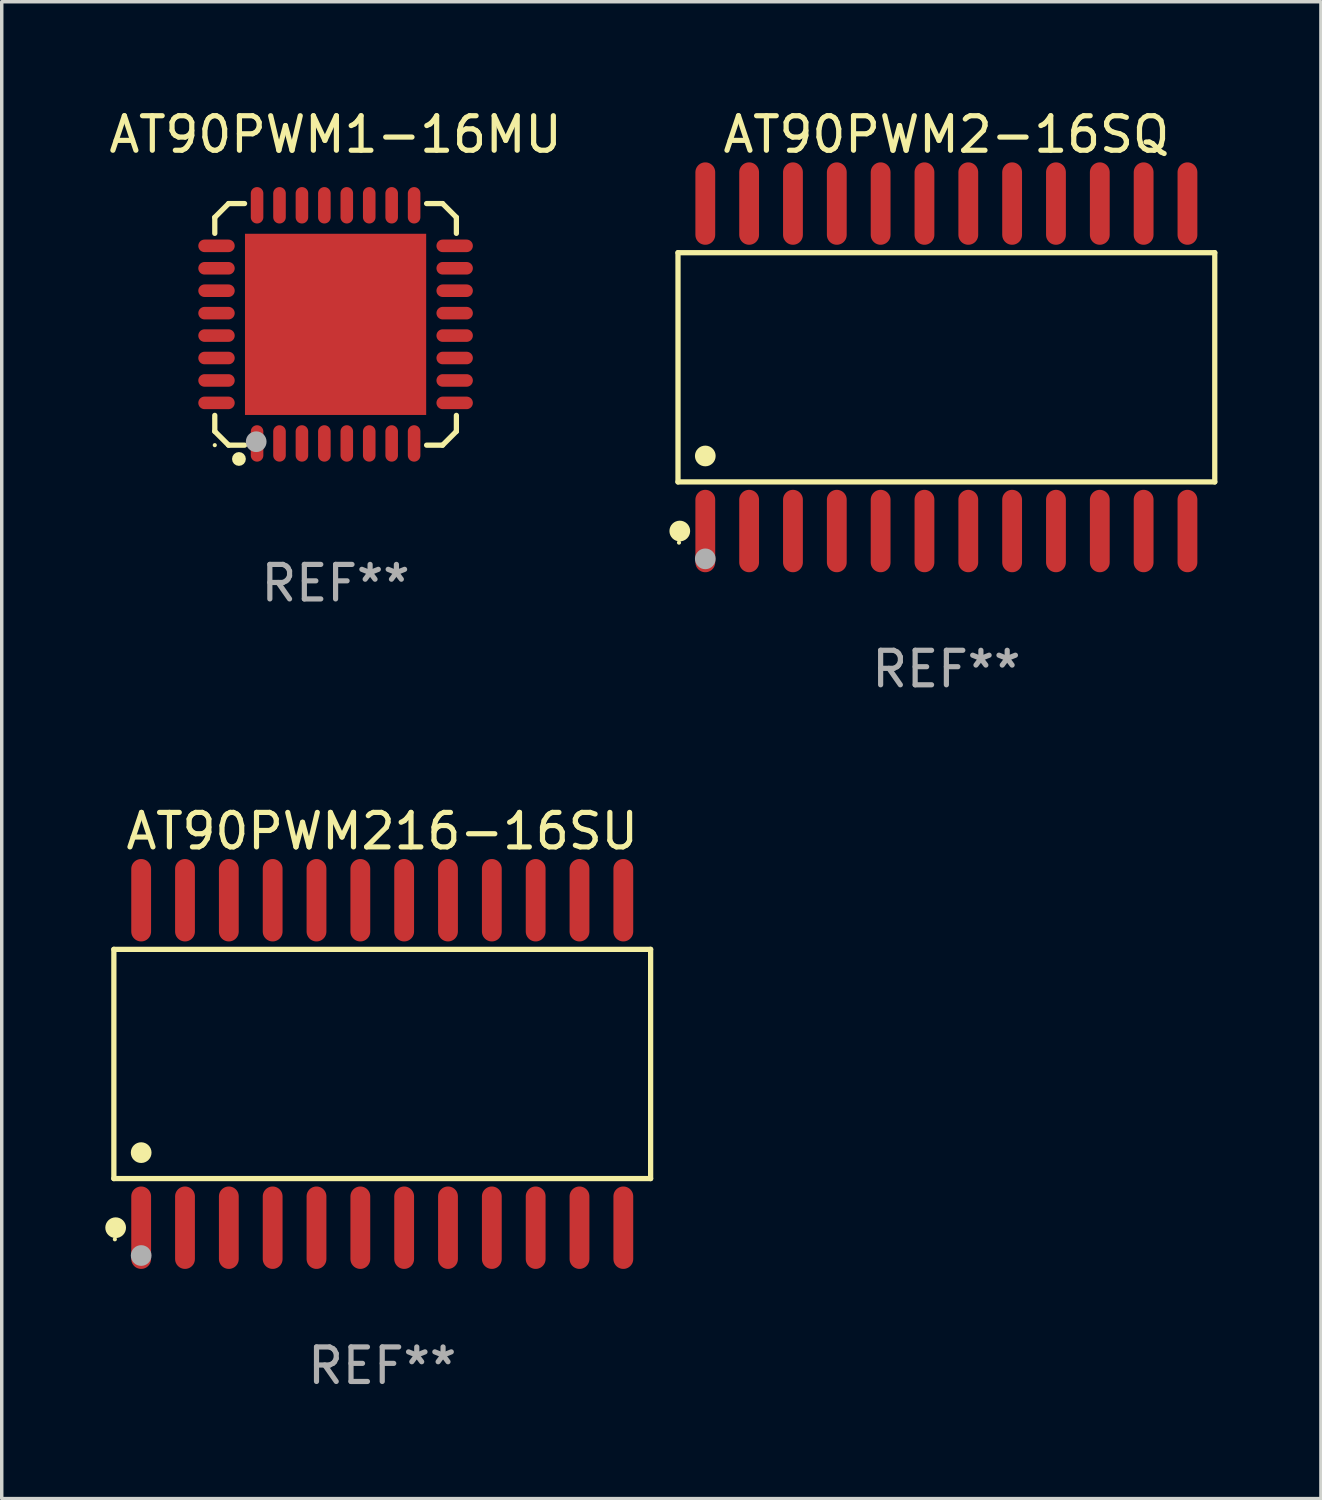
<source format=kicad_pcb>
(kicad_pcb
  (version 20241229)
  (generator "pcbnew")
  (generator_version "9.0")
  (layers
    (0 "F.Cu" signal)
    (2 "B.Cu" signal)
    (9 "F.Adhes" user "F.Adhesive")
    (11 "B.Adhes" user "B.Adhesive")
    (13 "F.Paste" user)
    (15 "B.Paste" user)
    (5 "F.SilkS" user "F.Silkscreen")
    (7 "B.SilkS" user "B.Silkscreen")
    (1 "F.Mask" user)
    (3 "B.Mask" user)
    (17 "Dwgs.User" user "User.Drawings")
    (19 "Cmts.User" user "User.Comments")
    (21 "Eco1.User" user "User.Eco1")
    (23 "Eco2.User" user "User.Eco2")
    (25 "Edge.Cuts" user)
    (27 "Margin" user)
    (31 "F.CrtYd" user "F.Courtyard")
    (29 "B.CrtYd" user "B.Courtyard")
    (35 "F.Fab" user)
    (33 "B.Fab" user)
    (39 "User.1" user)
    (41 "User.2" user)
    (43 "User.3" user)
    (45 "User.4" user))
  (footprint "AT90PWM1-16MU"
    (layer "F.Cu")
    (at 6.673 6.348)
    (property "Reference" "AT90PWM1-16MU" (at 0 -5.5 0) (layer "F.SilkS") (effects (font (size 1 1) (thickness 0.15))))
    (attr through_hole)
    (fp_line (start -3.5 -3.1) (end -3.5 -2.637) (stroke (width 0.152) (type solid)) (layer "F.SilkS"))
    (fp_line (start -3.5 2.637) (end -3.5 2.7) (stroke (width 0.152) (type solid)) (layer "F.SilkS"))
    (fp_line (start -3.5 2.75) (end -3.5 3.1) (stroke (width 0.152) (type solid)) (layer "F.SilkS"))
    (fp_line (start -3.5 3.1) (end -3.1 3.5) (stroke (width 0.152) (type solid)) (layer "F.SilkS"))
    (fp_line (start -3.1 -3.5) (end -3.5 -3.1) (stroke (width 0.152) (type solid)) (layer "F.SilkS"))
    (fp_line (start -3.1 3.5) (end -2.637 3.5) (stroke (width 0.152) (type solid)) (layer "F.SilkS"))
    (fp_line (start -2.637 -3.5) (end -3.1 -3.5) (stroke (width 0.152) (type solid)) (layer "F.SilkS"))
    (fp_line (start 2.637 3.5) (end 3.1 3.5) (stroke (width 0.152) (type solid)) (layer "F.SilkS"))
    (fp_line (start 3.1 -3.5) (end 2.637 -3.5) (stroke (width 0.152) (type solid)) (layer "F.SilkS"))
    (fp_line (start 3.1 3.5) (end 3.5 3.1) (stroke (width 0.152) (type solid)) (layer "F.SilkS"))
    (fp_line (start 3.5 -3.1) (end 3.1 -3.5) (stroke (width 0.152) (type solid)) (layer "F.SilkS"))
    (fp_line (start 3.5 -2.637) (end 3.5 -3.1) (stroke (width 0.152) (type solid)) (layer "F.SilkS"))
    (fp_line (start 3.5 3.1) (end 3.5 2.637) (stroke (width 0.152) (type solid)) (layer "F.SilkS"))
    (fp_circle (center -3.5 3.5) (end -3.47 3.5) (stroke (width 0.06) (type solid)) (fill no) (layer "F.SilkS"))
    (fp_circle (center -2.8 3.9) (end -2.7 3.9) (stroke (width 0.2) (type solid)) (fill no) (layer "F.SilkS"))
    (fp_circle (center -2.3 3.4) (end -2.15 3.4) (stroke (width 0.3) (type solid)) (fill no) (layer "F.Fab"))
    (fp_text user "REF**" (at 0 7.5 0) (layer "F.Fab") (effects (font (size 1 1) (thickness 0.15))))
    (pad "1" smd oval (at -2.275 3.45) (size 0.364 1.055) (layers "F.Cu" "F.Mask" "F.Paste"))
    (pad "2" smd oval (at -1.625 3.45) (size 0.364 1.055) (layers "F.Cu" "F.Mask" "F.Paste"))
    (pad "3" smd oval (at -0.975 3.45) (size 0.364 1.055) (layers "F.Cu" "F.Mask" "F.Paste"))
    (pad "4" smd oval (at -0.325 3.45) (size 0.364 1.055) (layers "F.Cu" "F.Mask" "F.Paste"))
    (pad "5" smd oval (at 0.325 3.45) (size 0.364 1.055) (layers "F.Cu" "F.Mask" "F.Paste"))
    (pad "6" smd oval (at 0.975 3.45) (size 0.364 1.055) (layers "F.Cu" "F.Mask" "F.Paste"))
    (pad "7" smd oval (at 1.625 3.45) (size 0.364 1.055) (layers "F.Cu" "F.Mask" "F.Paste"))
    (pad "8" smd oval (at 2.275 3.45) (size 0.364 1.055) (layers "F.Cu" "F.Mask" "F.Paste"))
    (pad "9" smd oval (at 3.45 2.275) (size 1.055 0.364) (layers "F.Cu" "F.Mask" "F.Paste"))
    (pad "10" smd oval (at 3.45 1.625) (size 1.055 0.364) (layers "F.Cu" "F.Mask" "F.Paste"))
    (pad "11" smd oval (at 3.45 0.975) (size 1.055 0.364) (layers "F.Cu" "F.Mask" "F.Paste"))
    (pad "12" smd oval (at 3.45 0.325) (size 1.055 0.364) (layers "F.Cu" "F.Mask" "F.Paste"))
    (pad "13" smd oval (at 3.45 -0.325) (size 1.055 0.364) (layers "F.Cu" "F.Mask" "F.Paste"))
    (pad "14" smd oval (at 3.45 -0.975) (size 1.055 0.364) (layers "F.Cu" "F.Mask" "F.Paste"))
    (pad "15" smd oval (at 3.45 -1.625) (size 1.055 0.364) (layers "F.Cu" "F.Mask" "F.Paste"))
    (pad "16" smd oval (at 3.45 -2.275) (size 1.055 0.364) (layers "F.Cu" "F.Mask" "F.Paste"))
    (pad "17" smd oval (at 2.275 -3.45) (size 0.364 1.055) (layers "F.Cu" "F.Mask" "F.Paste"))
    (pad "18" smd oval (at 1.625 -3.45) (size 0.364 1.055) (layers "F.Cu" "F.Mask" "F.Paste"))
    (pad "19" smd oval (at 0.975 -3.45) (size 0.364 1.055) (layers "F.Cu" "F.Mask" "F.Paste"))
    (pad "20" smd oval (at 0.325 -3.45) (size 0.364 1.055) (layers "F.Cu" "F.Mask" "F.Paste"))
    (pad "21" smd oval (at -0.325 -3.45) (size 0.364 1.055) (layers "F.Cu" "F.Mask" "F.Paste"))
    (pad "22" smd oval (at -0.975 -3.45) (size 0.364 1.055) (layers "F.Cu" "F.Mask" "F.Paste"))
    (pad "23" smd oval (at -1.625 -3.45) (size 0.364 1.055) (layers "F.Cu" "F.Mask" "F.Paste"))
    (pad "24" smd oval (at -2.275 -3.45) (size 0.364 1.055) (layers "F.Cu" "F.Mask" "F.Paste"))
    (pad "25" smd oval (at -3.45 -2.275) (size 1.055 0.364) (layers "F.Cu" "F.Mask" "F.Paste"))
    (pad "26" smd oval (at -3.45 -1.625) (size 1.055 0.364) (layers "F.Cu" "F.Mask" "F.Paste"))
    (pad "27" smd oval (at -3.45 -0.975) (size 1.055 0.364) (layers "F.Cu" "F.Mask" "F.Paste"))
    (pad "28" smd oval (at -3.45 -0.325) (size 1.055 0.364) (layers "F.Cu" "F.Mask" "F.Paste"))
    (pad "29" smd oval (at -3.45 0.325) (size 1.055 0.364) (layers "F.Cu" "F.Mask" "F.Paste"))
    (pad "30" smd oval (at -3.45 0.975) (size 1.055 0.364) (layers "F.Cu" "F.Mask" "F.Paste"))
    (pad "31" smd oval (at -3.45 1.625) (size 1.055 0.364) (layers "F.Cu" "F.Mask" "F.Paste"))
    (pad "32" smd oval (at -3.45 2.275) (size 1.055 0.364) (layers "F.Cu" "F.Mask" "F.Paste"))
    (pad "33" smd rect (at 0 0) (size 5.25 5.25) (layers "F.Cu" "F.Mask" "F.Paste")))
  (footprint "AT90PWM2-16SQ"
    (layer "F.Cu")
    (at 24.37 7.592)
    (property "Reference" "AT90PWM2-16SQ" (at 0 -6.744 0) (layer "F.SilkS") (effects (font (size 1 1) (thickness 0.15))))
    (attr through_hole)
    (fp_line (start -7.776 -3.321) (end 7.776 -3.321) (stroke (width 0.152) (type solid)) (layer "F.SilkS"))
    (fp_line (start -7.776 3.321) (end -7.776 -3.321) (stroke (width 0.152) (type solid)) (layer "F.SilkS"))
    (fp_line (start 7.776 -3.321) (end 7.776 3.321) (stroke (width 0.152) (type solid)) (layer "F.SilkS"))
    (fp_line (start 7.776 3.321) (end -7.776 3.321) (stroke (width 0.152) (type solid)) (layer "F.SilkS"))
    (fp_circle (center -7.747 5.08) (end -7.717 5.08) (stroke (width 0.06) (type solid)) (fill no) (layer "F.SilkS"))
    (fp_circle (center -7.724 4.744) (end -7.574 4.744) (stroke (width 0.3) (type solid)) (fill no) (layer "F.SilkS"))
    (fp_circle (center -6.985 2.569) (end -6.835 2.569) (stroke (width 0.3) (type solid)) (fill no) (layer "F.SilkS"))
    (fp_circle (center -6.985 5.55) (end -6.835 5.55) (stroke (width 0.3) (type solid)) (fill no) (layer "F.Fab"))
    (fp_text user "REF**" (at 0 8.744 0) (layer "F.Fab") (effects (font (size 1 1) (thickness 0.15))))
    (pad "1" smd oval (at -6.985 4.744) (size 0.574 2.388) (layers "F.Cu" "F.Mask" "F.Paste"))
    (pad "2" smd oval (at -5.715 4.744) (size 0.574 2.388) (layers "F.Cu" "F.Mask" "F.Paste"))
    (pad "3" smd oval (at -4.445 4.744) (size 0.574 2.388) (layers "F.Cu" "F.Mask" "F.Paste"))
    (pad "4" smd oval (at -3.175 4.744) (size 0.574 2.388) (layers "F.Cu" "F.Mask" "F.Paste"))
    (pad "5" smd oval (at -1.905 4.744) (size 0.574 2.388) (layers "F.Cu" "F.Mask" "F.Paste"))
    (pad "6" smd oval (at -0.635 4.744) (size 0.574 2.388) (layers "F.Cu" "F.Mask" "F.Paste"))
    (pad "7" smd oval (at 0.635 4.744) (size 0.574 2.388) (layers "F.Cu" "F.Mask" "F.Paste"))
    (pad "8" smd oval (at 1.905 4.744) (size 0.574 2.388) (layers "F.Cu" "F.Mask" "F.Paste"))
    (pad "9" smd oval (at 3.175 4.744) (size 0.574 2.388) (layers "F.Cu" "F.Mask" "F.Paste"))
    (pad "10" smd oval (at 4.445 4.744) (size 0.574 2.388) (layers "F.Cu" "F.Mask" "F.Paste"))
    (pad "11" smd oval (at 5.715 4.744) (size 0.574 2.388) (layers "F.Cu" "F.Mask" "F.Paste"))
    (pad "12" smd oval (at 6.985 4.744) (size 0.574 2.388) (layers "F.Cu" "F.Mask" "F.Paste"))
    (pad "13" smd oval (at 6.985 -4.744) (size 0.574 2.388) (layers "F.Cu" "F.Mask" "F.Paste"))
    (pad "14" smd oval (at 5.715 -4.744) (size 0.574 2.388) (layers "F.Cu" "F.Mask" "F.Paste"))
    (pad "15" smd oval (at 4.445 -4.744) (size 0.574 2.388) (layers "F.Cu" "F.Mask" "F.Paste"))
    (pad "16" smd oval (at 3.175 -4.744) (size 0.574 2.388) (layers "F.Cu" "F.Mask" "F.Paste"))
    (pad "17" smd oval (at 1.905 -4.744) (size 0.574 2.388) (layers "F.Cu" "F.Mask" "F.Paste"))
    (pad "18" smd oval (at 0.635 -4.744) (size 0.574 2.388) (layers "F.Cu" "F.Mask" "F.Paste"))
    (pad "19" smd oval (at -0.635 -4.744) (size 0.574 2.388) (layers "F.Cu" "F.Mask" "F.Paste"))
    (pad "20" smd oval (at -1.905 -4.744) (size 0.574 2.388) (layers "F.Cu" "F.Mask" "F.Paste"))
    (pad "21" smd oval (at -3.175 -4.744) (size 0.574 2.388) (layers "F.Cu" "F.Mask" "F.Paste"))
    (pad "22" smd oval (at -4.445 -4.744) (size 0.574 2.388) (layers "F.Cu" "F.Mask" "F.Paste"))
    (pad "23" smd oval (at -5.715 -4.744) (size 0.574 2.388) (layers "F.Cu" "F.Mask" "F.Paste"))
    (pad "24" smd oval (at -6.985 -4.744) (size 0.574 2.388) (layers "F.Cu" "F.Mask" "F.Paste")))
  (footprint "AT90PWM216-16SU"
    (layer "F.Cu")
    (at 8.025 27.777)
    (property "Reference" "AT90PWM216-16SU" (at 0 -6.744 0) (layer "F.SilkS") (effects (font (size 1 1) (thickness 0.15))))
    (attr through_hole)
    (fp_line (start -7.776 -3.321) (end 7.776 -3.321) (stroke (width 0.152) (type solid)) (layer "F.SilkS"))
    (fp_line (start -7.776 3.321) (end -7.776 -3.321) (stroke (width 0.152) (type solid)) (layer "F.SilkS"))
    (fp_line (start 7.776 -3.321) (end 7.776 3.321) (stroke (width 0.152) (type solid)) (layer "F.SilkS"))
    (fp_line (start 7.776 3.321) (end -7.776 3.321) (stroke (width 0.152) (type solid)) (layer "F.SilkS"))
    (fp_circle (center -7.747 5.08) (end -7.717 5.08) (stroke (width 0.06) (type solid)) (fill no) (layer "F.SilkS"))
    (fp_circle (center -7.724 4.744) (end -7.574 4.744) (stroke (width 0.3) (type solid)) (fill no) (layer "F.SilkS"))
    (fp_circle (center -6.985 2.569) (end -6.835 2.569) (stroke (width 0.3) (type solid)) (fill no) (layer "F.SilkS"))
    (fp_circle (center -6.985 5.55) (end -6.835 5.55) (stroke (width 0.3) (type solid)) (fill no) (layer "F.Fab"))
    (fp_text user "REF**" (at 0 8.744 0) (layer "F.Fab") (effects (font (size 1 1) (thickness 0.15))))
    (pad "1" smd oval (at -6.985 4.744) (size 0.574 2.388) (layers "F.Cu" "F.Mask" "F.Paste"))
    (pad "2" smd oval (at -5.715 4.744) (size 0.574 2.388) (layers "F.Cu" "F.Mask" "F.Paste"))
    (pad "3" smd oval (at -4.445 4.744) (size 0.574 2.388) (layers "F.Cu" "F.Mask" "F.Paste"))
    (pad "4" smd oval (at -3.175 4.744) (size 0.574 2.388) (layers "F.Cu" "F.Mask" "F.Paste"))
    (pad "5" smd oval (at -1.905 4.744) (size 0.574 2.388) (layers "F.Cu" "F.Mask" "F.Paste"))
    (pad "6" smd oval (at -0.635 4.744) (size 0.574 2.388) (layers "F.Cu" "F.Mask" "F.Paste"))
    (pad "7" smd oval (at 0.635 4.744) (size 0.574 2.388) (layers "F.Cu" "F.Mask" "F.Paste"))
    (pad "8" smd oval (at 1.905 4.744) (size 0.574 2.388) (layers "F.Cu" "F.Mask" "F.Paste"))
    (pad "9" smd oval (at 3.175 4.744) (size 0.574 2.388) (layers "F.Cu" "F.Mask" "F.Paste"))
    (pad "10" smd oval (at 4.445 4.744) (size 0.574 2.388) (layers "F.Cu" "F.Mask" "F.Paste"))
    (pad "11" smd oval (at 5.715 4.744) (size 0.574 2.388) (layers "F.Cu" "F.Mask" "F.Paste"))
    (pad "12" smd oval (at 6.985 4.744) (size 0.574 2.388) (layers "F.Cu" "F.Mask" "F.Paste"))
    (pad "13" smd oval (at 6.985 -4.744) (size 0.574 2.388) (layers "F.Cu" "F.Mask" "F.Paste"))
    (pad "14" smd oval (at 5.715 -4.744) (size 0.574 2.388) (layers "F.Cu" "F.Mask" "F.Paste"))
    (pad "15" smd oval (at 4.445 -4.744) (size 0.574 2.388) (layers "F.Cu" "F.Mask" "F.Paste"))
    (pad "16" smd oval (at 3.175 -4.744) (size 0.574 2.388) (layers "F.Cu" "F.Mask" "F.Paste"))
    (pad "17" smd oval (at 1.905 -4.744) (size 0.574 2.388) (layers "F.Cu" "F.Mask" "F.Paste"))
    (pad "18" smd oval (at 0.635 -4.744) (size 0.574 2.388) (layers "F.Cu" "F.Mask" "F.Paste"))
    (pad "19" smd oval (at -0.635 -4.744) (size 0.574 2.388) (layers "F.Cu" "F.Mask" "F.Paste"))
    (pad "20" smd oval (at -1.905 -4.744) (size 0.574 2.388) (layers "F.Cu" "F.Mask" "F.Paste"))
    (pad "21" smd oval (at -3.175 -4.744) (size 0.574 2.388) (layers "F.Cu" "F.Mask" "F.Paste"))
    (pad "22" smd oval (at -4.445 -4.744) (size 0.574 2.388) (layers "F.Cu" "F.Mask" "F.Paste"))
    (pad "23" smd oval (at -5.715 -4.744) (size 0.574 2.388) (layers "F.Cu" "F.Mask" "F.Paste"))
    (pad "24" smd oval (at -6.985 -4.744) (size 0.574 2.388) (layers "F.Cu" "F.Mask" "F.Paste")))
  (gr_rect
    (start -3 -3)
    (end 35.222 40.369)
    (stroke (width 0.1) (type default))
    (fill no)
    (layer "Edge.Cuts")))
</source>
